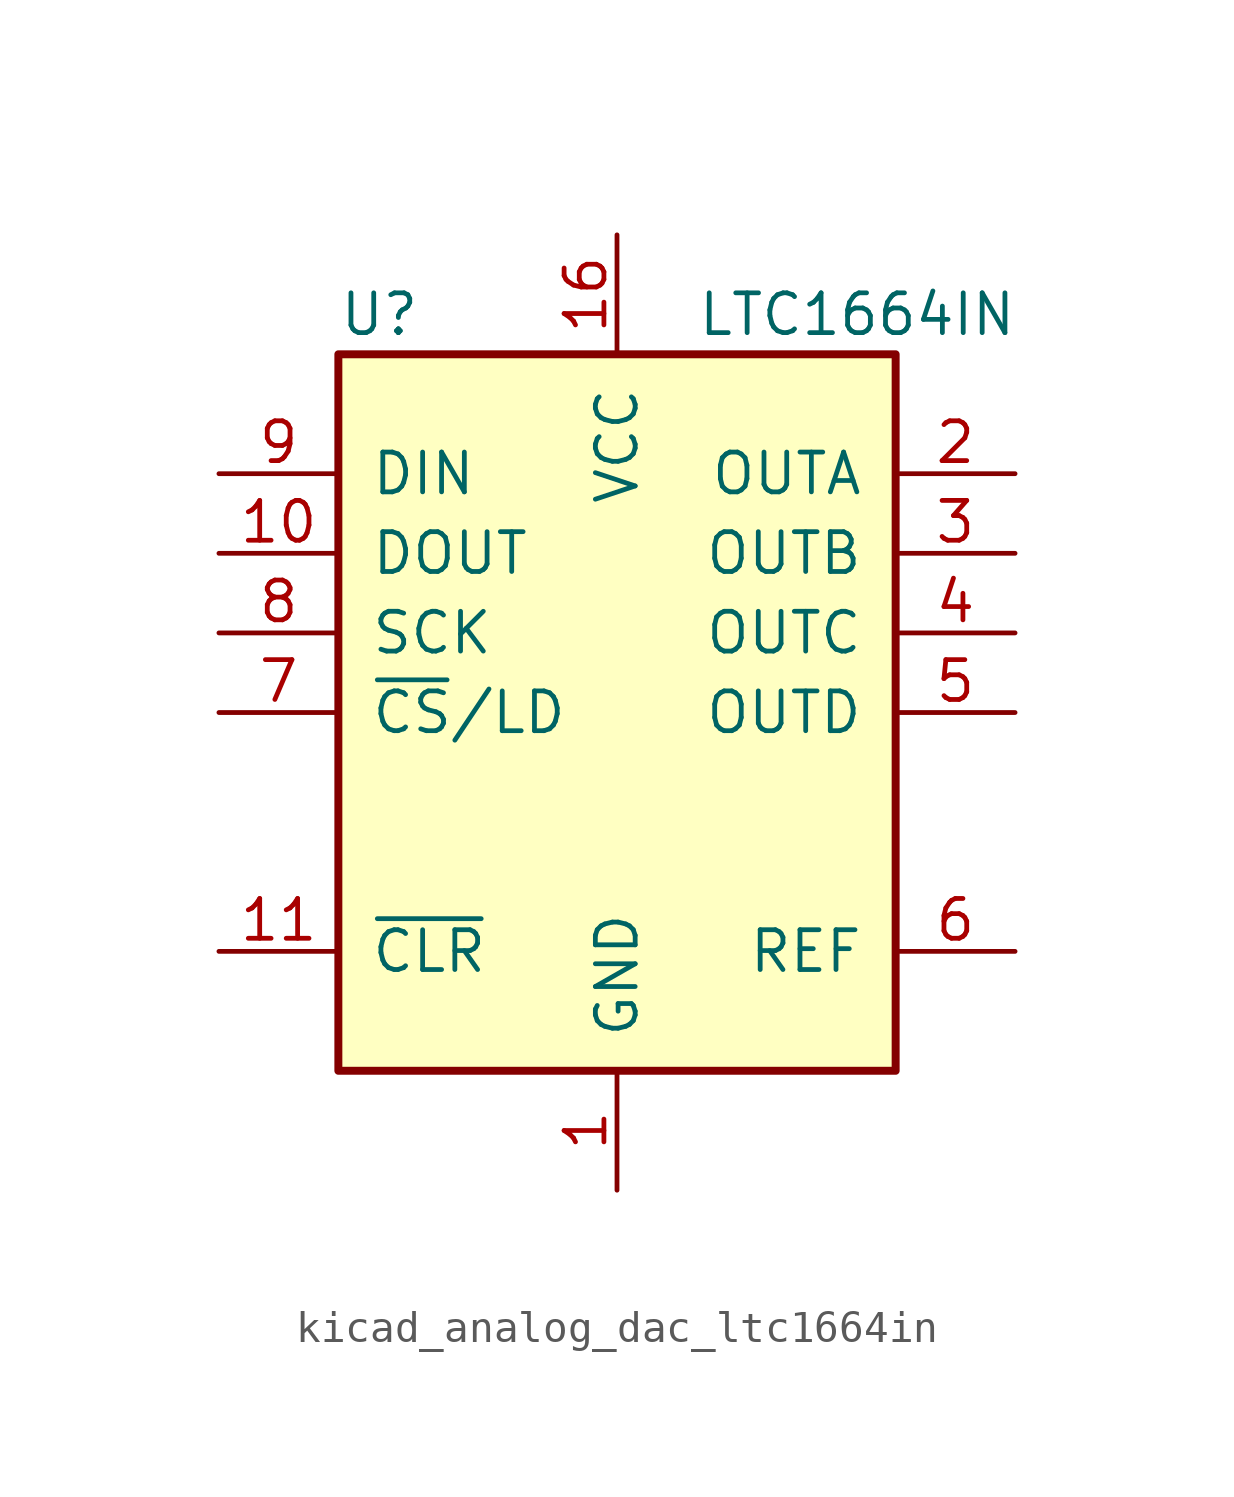
<source format=kicad_sym>
(kicad_symbol_lib
  (version 20220914)
  (generator kicad_symbol_editor)
  (symbol "kicad_analog_dac_ltc1664in"
    (pin_names
      (offset 1.016))
    (property "Reference" "U"
      (at -8.89 12.7 0)
      (effects (font (size 1.27 1.27)) (justify left)))
    (property "Value" "LTC1664IN"
      (at 2.54 12.7 0)
      (effects (font (size 1.27 1.27)) (justify left)))
    (symbol "kicad_analog_dac_ltc1664in_0_1"
      (rectangle (start -8.89 11.43) (end 8.89 -11.43) (stroke (width 0.254) (type default)) (fill (type background))))
    (symbol "kicad_analog_dac_ltc1664in_1_1"
      (pin power_in line (at 0 -15.24 90) (length 3.81) (name "GND" (effects (font (size 1.27 1.27)))) (number "1" (effects (font (size 1.27 1.27)))))
      (pin output line (at -12.7 5.08 0) (length 3.81) (name "DOUT" (effects (font (size 1.27 1.27)))) (number "10" (effects (font (size 1.27 1.27)))))
      (pin input line (at -12.7 -7.62 0) (length 3.81) (name "~{CLR}" (effects (font (size 1.27 1.27)))) (number "11" (effects (font (size 1.27 1.27)))))
      (pin no_connect line (at -5.08 -11.43 90) (length 3.81) hide (name "NC" (effects (font (size 1.27 1.27)))) (number "12" (effects (font (size 1.27 1.27)))))
      (pin no_connect line (at -2.54 -11.43 90) (length 3.81) hide (name "NC" (effects (font (size 1.27 1.27)))) (number "13" (effects (font (size 1.27 1.27)))))
      (pin no_connect line (at 2.54 -11.43 90) (length 3.81) hide (name "NC" (effects (font (size 1.27 1.27)))) (number "14" (effects (font (size 1.27 1.27)))))
      (pin no_connect line (at 5.08 -11.43 90) (length 3.81) hide (name "NC" (effects (font (size 1.27 1.27)))) (number "15" (effects (font (size 1.27 1.27)))))
      (pin power_in line (at 0 15.24 270) (length 3.81) (name "VCC" (effects (font (size 1.27 1.27)))) (number "16" (effects (font (size 1.27 1.27)))))
      (pin output line (at 12.7 7.62 180) (length 3.81) (name "OUTA" (effects (font (size 1.27 1.27)))) (number "2" (effects (font (size 1.27 1.27)))))
      (pin output line (at 12.7 5.08 180) (length 3.81) (name "OUTB" (effects (font (size 1.27 1.27)))) (number "3" (effects (font (size 1.27 1.27)))))
      (pin output line (at 12.7 2.54 180) (length 3.81) (name "OUTC" (effects (font (size 1.27 1.27)))) (number "4" (effects (font (size 1.27 1.27)))))
      (pin output line (at 12.7 0 180) (length 3.81) (name "OUTD" (effects (font (size 1.27 1.27)))) (number "5" (effects (font (size 1.27 1.27)))))
      (pin input line (at 12.7 -7.62 180) (length 3.81) (name "REF" (effects (font (size 1.27 1.27)))) (number "6" (effects (font (size 1.27 1.27)))))
      (pin input line (at -12.7 0 0) (length 3.81) (name "~{CS}/LD" (effects (font (size 1.27 1.27)))) (number "7" (effects (font (size 1.27 1.27)))))
      (pin input line (at -12.7 2.54 0) (length 3.81) (name "SCK" (effects (font (size 1.27 1.27)))) (number "8" (effects (font (size 1.27 1.27)))))
      (pin input line (at -12.7 7.62 0) (length 3.81) (name "DIN" (effects (font (size 1.27 1.27)))) (number "9" (effects (font (size 1.27 1.27))))))))
</source>
